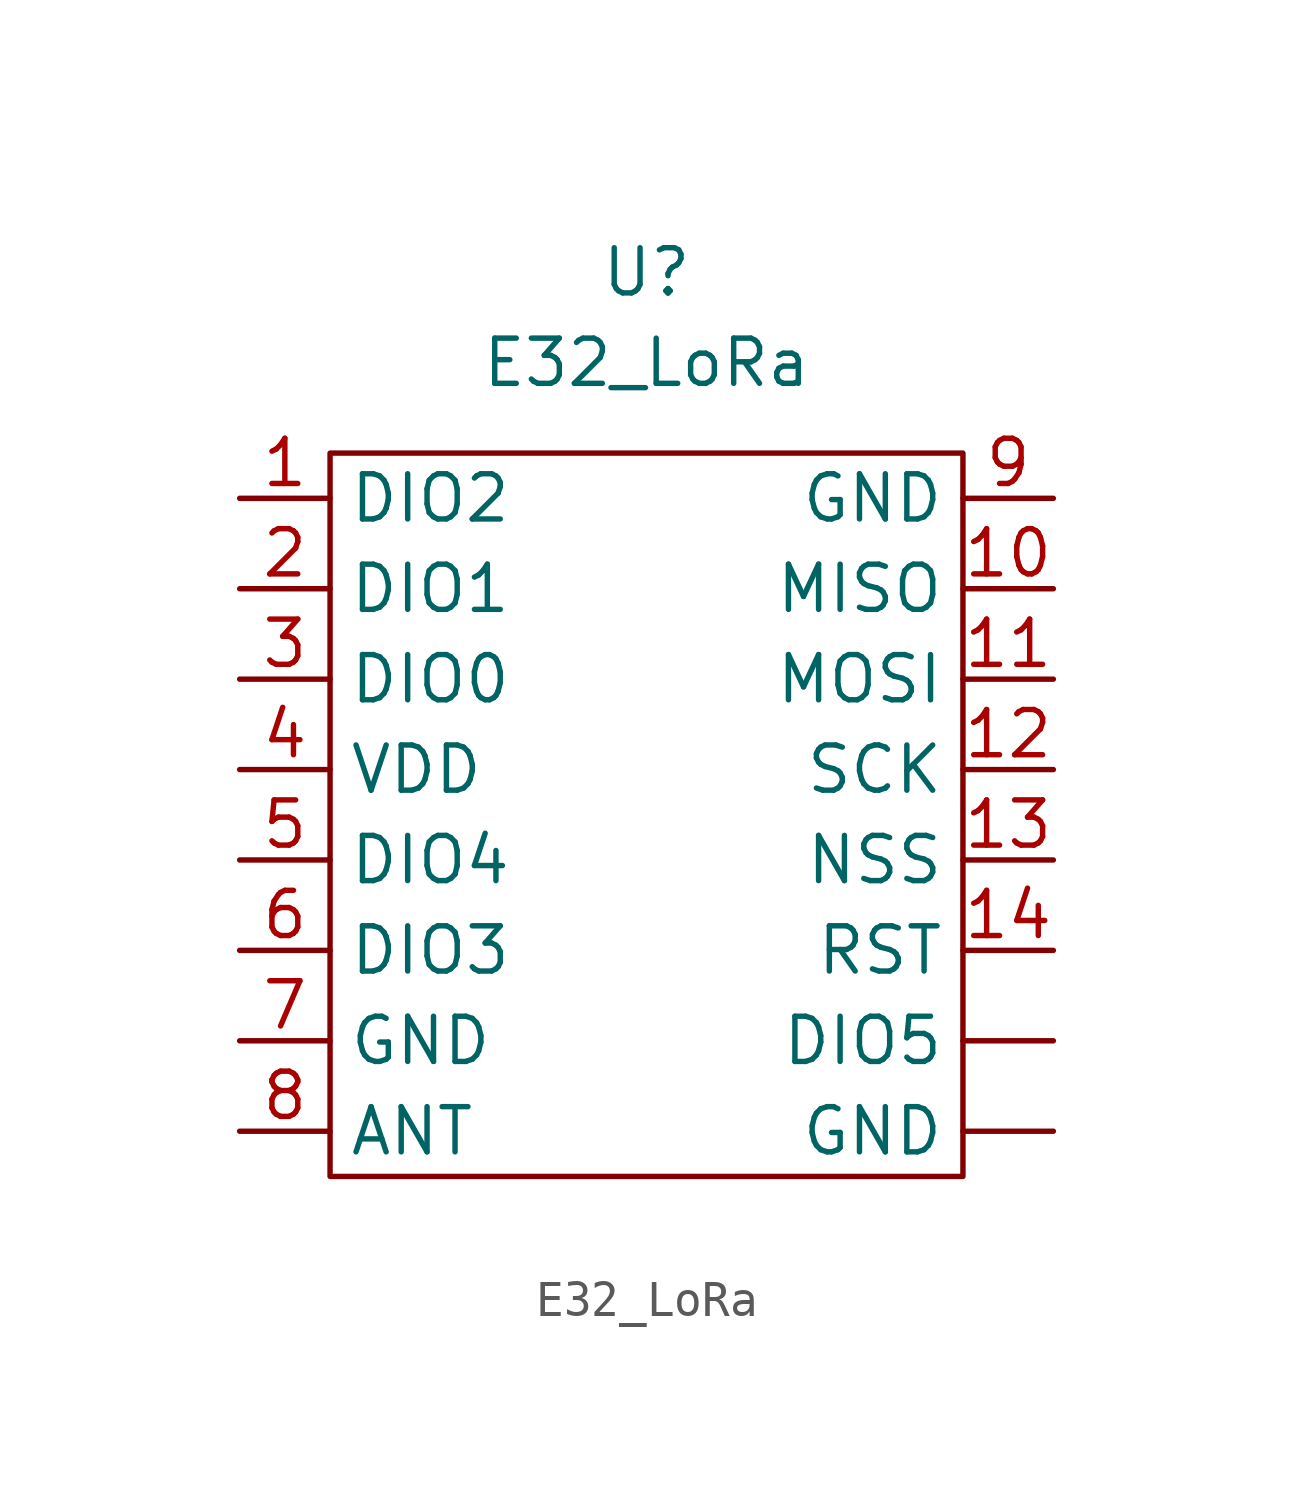
<source format=kicad_sym>
(kicad_symbol_lib
  (version 20211014)
  (generator kicad_symbol_editor)
  (symbol "E32_LoRa"
    (property "Reference" "U"
      (at 0 12.7 0)
      (effects (font (size 1.27 1.27))))
    (property "Value" "E32_LoRa"
      (at 0 10.16 0)
      (effects (font (size 1.27 1.27))))
    (symbol "E32_LoRa_0_1"
      (rectangle (start -8.89 7.62) (end 8.89 -12.7) (stroke (width 0) (type default) (color 0 0 0 0)) (fill (type none))))
    (symbol "E32_LoRa_1_1"
      (pin input line (at 11.43 -8.89 180) (length 2.54) (name "DIO5" (effects (font (size 1.27 1.27)))) (number "" (effects (font (size 1.27 1.27)))))
      (pin input line (at 11.43 -11.43 180) (length 2.54) (name "GND" (effects (font (size 1.27 1.27)))) (number "" (effects (font (size 1.27 1.27)))))
      (pin input line (at -11.43 6.35 0) (length 2.54) (name "DIO2" (effects (font (size 1.27 1.27)))) (number "1" (effects (font (size 1.27 1.27)))))
      (pin input line (at 11.43 3.81 180) (length 2.54) (name "MISO" (effects (font (size 1.27 1.27)))) (number "10" (effects (font (size 1.27 1.27)))))
      (pin input line (at 11.43 1.27 180) (length 2.54) (name "MOSI" (effects (font (size 1.27 1.27)))) (number "11" (effects (font (size 1.27 1.27)))))
      (pin input line (at 11.43 -1.27 180) (length 2.54) (name "SCK" (effects (font (size 1.27 1.27)))) (number "12" (effects (font (size 1.27 1.27)))))
      (pin input line (at 11.43 -3.81 180) (length 2.54) (name "NSS" (effects (font (size 1.27 1.27)))) (number "13" (effects (font (size 1.27 1.27)))))
      (pin input line (at 11.43 -6.35 180) (length 2.54) (name "RST" (effects (font (size 1.27 1.27)))) (number "14" (effects (font (size 1.27 1.27)))))
      (pin input line (at -11.43 3.81 0) (length 2.54) (name "DIO1" (effects (font (size 1.27 1.27)))) (number "2" (effects (font (size 1.27 1.27)))))
      (pin input line (at -11.43 1.27 0) (length 2.54) (name "DIO0" (effects (font (size 1.27 1.27)))) (number "3" (effects (font (size 1.27 1.27)))))
      (pin input line (at -11.43 -1.27 0) (length 2.54) (name "VDD" (effects (font (size 1.27 1.27)))) (number "4" (effects (font (size 1.27 1.27)))))
      (pin input line (at -11.43 -3.81 0) (length 2.54) (name "DIO4" (effects (font (size 1.27 1.27)))) (number "5" (effects (font (size 1.27 1.27)))))
      (pin input line (at -11.43 -6.35 0) (length 2.54) (name "DIO3" (effects (font (size 1.27 1.27)))) (number "6" (effects (font (size 1.27 1.27)))))
      (pin input line (at -11.43 -8.89 0) (length 2.54) (name "GND" (effects (font (size 1.27 1.27)))) (number "7" (effects (font (size 1.27 1.27)))))
      (pin input line (at -11.43 -11.43 0) (length 2.54) (name "ANT" (effects (font (size 1.27 1.27)))) (number "8" (effects (font (size 1.27 1.27)))))
      (pin input line (at 11.43 6.35 180) (length 2.54) (name "GND" (effects (font (size 1.27 1.27)))) (number "9" (effects (font (size 1.27 1.27))))))))
</source>
